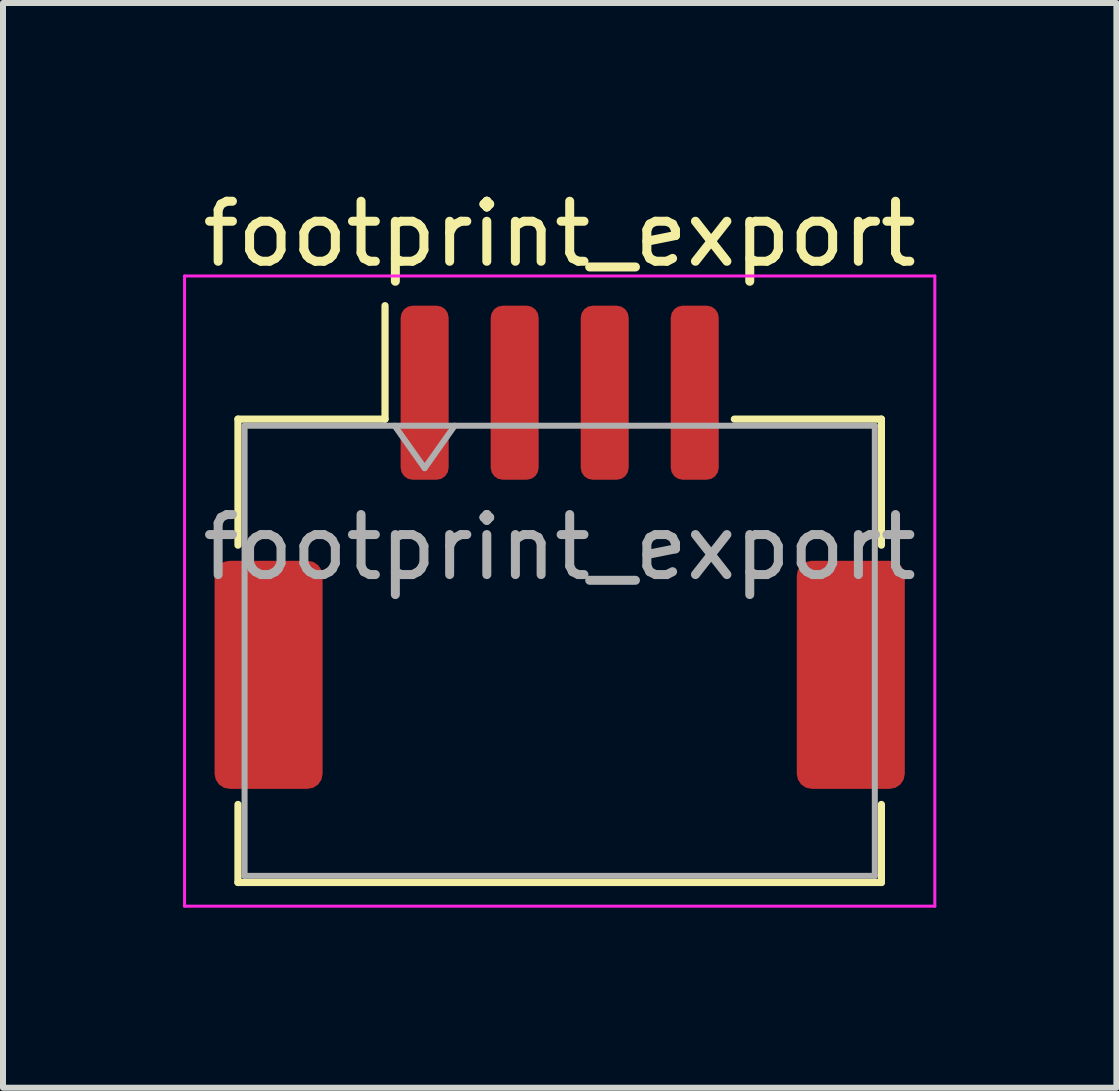
<source format=kicad_pcb>
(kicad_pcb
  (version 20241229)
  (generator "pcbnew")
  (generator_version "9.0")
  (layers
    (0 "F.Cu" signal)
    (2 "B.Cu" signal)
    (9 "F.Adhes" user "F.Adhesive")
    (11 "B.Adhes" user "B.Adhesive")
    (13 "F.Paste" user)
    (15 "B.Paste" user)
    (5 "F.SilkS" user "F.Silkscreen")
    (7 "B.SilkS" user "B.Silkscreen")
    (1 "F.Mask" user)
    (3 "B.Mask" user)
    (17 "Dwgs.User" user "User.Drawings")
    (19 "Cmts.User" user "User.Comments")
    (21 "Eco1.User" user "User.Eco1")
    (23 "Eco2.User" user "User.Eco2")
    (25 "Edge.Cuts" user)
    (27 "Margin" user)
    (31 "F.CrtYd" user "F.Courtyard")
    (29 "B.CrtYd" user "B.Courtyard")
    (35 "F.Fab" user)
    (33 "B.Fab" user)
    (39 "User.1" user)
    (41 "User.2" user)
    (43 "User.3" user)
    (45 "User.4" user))
  (footprint "footprint_export"
    (layer "F.Cu")
    (at 6.275 6.068)
    (property "Reference" "footprint_export" (at 0 -5.22 0) (layer "F.SilkS") (effects (font (size 1 1) (thickness 0.15))))
    (attr smd)
    (fp_line (start -5.36 -2.135) (end -2.91 -2.135) (stroke (width 0.12) (type solid)) (layer "F.SilkS"))
    (fp_line (start -5.36 -0.035) (end -5.36 -2.135) (stroke (width 0.12) (type solid)) (layer "F.SilkS"))
    (fp_line (start -5.36 4.285) (end -5.36 5.585) (stroke (width 0.12) (type solid)) (layer "F.SilkS"))
    (fp_line (start -5.36 5.585) (end 5.36 5.585) (stroke (width 0.12) (type solid)) (layer "F.SilkS"))
    (fp_line (start -2.91 -2.135) (end -2.91 -4.025) (stroke (width 0.12) (type solid)) (layer "F.SilkS"))
    (fp_line (start 5.36 -2.135) (end 2.91 -2.135) (stroke (width 0.12) (type solid)) (layer "F.SilkS"))
    (fp_line (start 5.36 -0.035) (end 5.36 -2.135) (stroke (width 0.12) (type solid)) (layer "F.SilkS"))
    (fp_line (start 5.36 5.585) (end 5.36 4.285) (stroke (width 0.12) (type solid)) (layer "F.SilkS"))
    (fp_line (start -6.25 -4.52) (end -6.25 5.98) (stroke (width 0.05) (type solid)) (layer "F.CrtYd"))
    (fp_line (start -6.25 5.98) (end 6.25 5.98) (stroke (width 0.05) (type solid)) (layer "F.CrtYd"))
    (fp_line (start 6.25 -4.52) (end -6.25 -4.52) (stroke (width 0.05) (type solid)) (layer "F.CrtYd"))
    (fp_line (start 6.25 5.98) (end 6.25 -4.52) (stroke (width 0.05) (type solid)) (layer "F.CrtYd"))
    (fp_line (start -5.25 -2.025) (end -5.25 5.475) (stroke (width 0.1) (type solid)) (layer "F.Fab"))
    (fp_line (start -5.25 -2.025) (end 5.25 -2.025) (stroke (width 0.1) (type solid)) (layer "F.Fab"))
    (fp_line (start -5.25 5.475) (end 5.25 5.475) (stroke (width 0.1) (type solid)) (layer "F.Fab"))
    (fp_line (start -2.75 -2.025) (end -2.25 -1.318) (stroke (width 0.1) (type solid)) (layer "F.Fab"))
    (fp_line (start -2.25 -1.318) (end -1.75 -2.025) (stroke (width 0.1) (type solid)) (layer "F.Fab"))
    (fp_line (start 5.25 -2.025) (end 5.25 5.475) (stroke (width 0.1) (type solid)) (layer "F.Fab"))
    (fp_text user "${REFERENCE}" (at 0 0 0) (layer "F.Fab") (effects (font (size 1 1) (thickness 0.15))))
    (pad "1" smd roundrect (at -2.25 -2.575) (size 0.8 2.9) (layers "F.Cu" "F.Mask" "F.Paste") (roundrect_rratio 0.25))
    (pad "2" smd roundrect (at -0.75 -2.575) (size 0.8 2.9) (layers "F.Cu" "F.Mask" "F.Paste") (roundrect_rratio 0.25))
    (pad "3" smd roundrect (at 0.75 -2.575) (size 0.8 2.9) (layers "F.Cu" "F.Mask" "F.Paste") (roundrect_rratio 0.25))
    (pad "4" smd roundrect (at 2.25 -2.575) (size 0.8 2.9) (layers "F.Cu" "F.Mask" "F.Paste") (roundrect_rratio 0.25))
    (pad "MP" smd roundrect (at -4.85 2.125) (size 1.8 3.8) (layers "F.Cu" "F.Mask" "F.Paste") (roundrect_rratio 0.139))
    (pad "MP" smd roundrect (at 4.85 2.125) (size 1.8 3.8) (layers "F.Cu" "F.Mask" "F.Paste") (roundrect_rratio 0.139)))
  (gr_rect
    (start -3 -3)
    (end 15.55 15.073)
    (stroke (width 0.1) (type default))
    (fill no)
    (layer "Edge.Cuts")))
</source>
